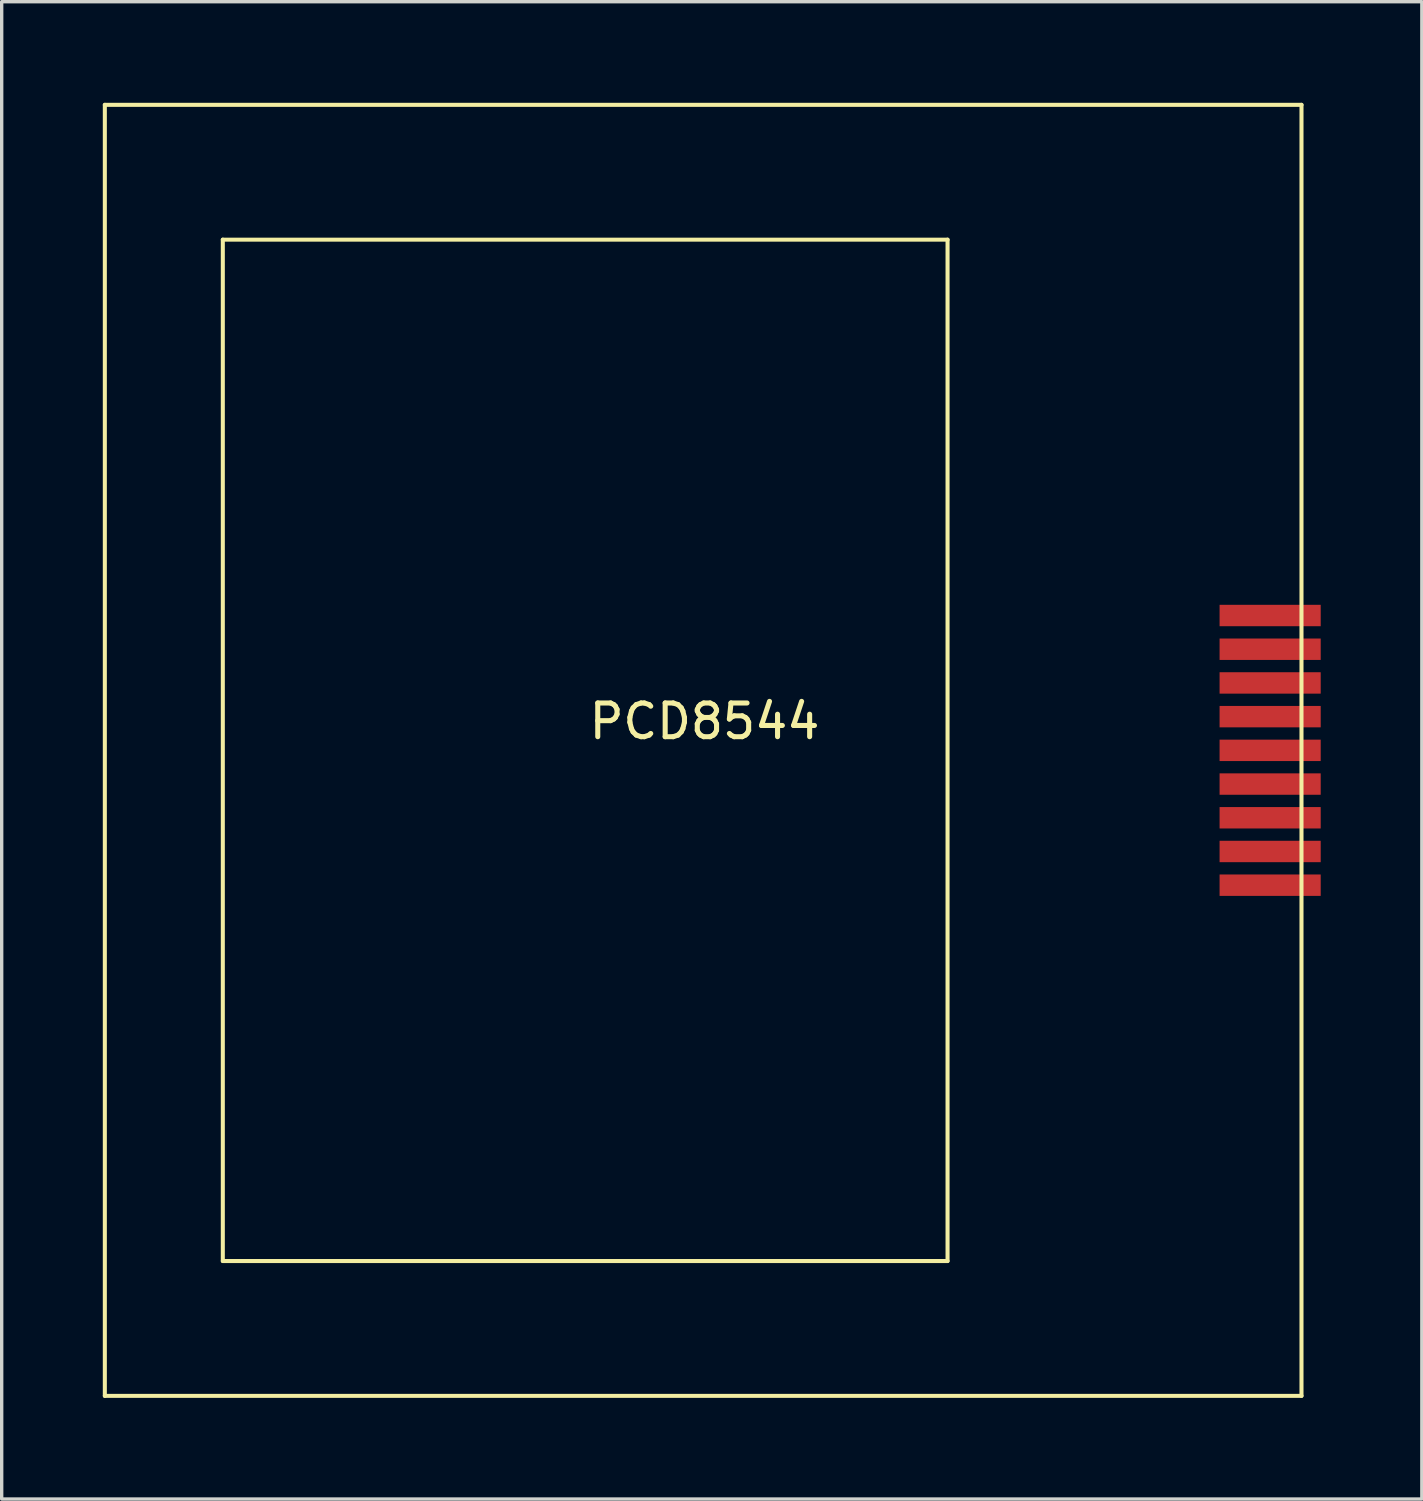
<source format=kicad_pcb>
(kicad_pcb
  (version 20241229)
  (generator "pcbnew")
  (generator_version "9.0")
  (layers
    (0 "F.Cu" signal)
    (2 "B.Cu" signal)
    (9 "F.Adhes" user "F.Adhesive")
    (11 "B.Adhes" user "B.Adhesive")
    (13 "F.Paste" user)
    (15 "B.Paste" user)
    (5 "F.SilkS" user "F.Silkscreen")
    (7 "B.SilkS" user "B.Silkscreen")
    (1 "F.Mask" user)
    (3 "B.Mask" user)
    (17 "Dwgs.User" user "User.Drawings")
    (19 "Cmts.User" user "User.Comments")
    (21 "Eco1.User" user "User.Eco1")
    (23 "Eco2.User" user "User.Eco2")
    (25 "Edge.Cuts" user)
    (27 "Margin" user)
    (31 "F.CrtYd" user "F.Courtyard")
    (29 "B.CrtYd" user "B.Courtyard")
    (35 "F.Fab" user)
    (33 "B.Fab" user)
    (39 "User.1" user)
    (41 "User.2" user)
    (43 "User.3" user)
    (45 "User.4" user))
  (footprint "PCD8544"
    (layer "F.Cu")
    (at 14.31 19.21)
    (property "Reference" "PCD8544" (at 3.54 -0.86 0) (layer "F.SilkS") (effects (font (size 1 1) (thickness 0.15))))
    (attr through_hole)
    (fp_line (start -14.25 -19.15) (end -14.25 19.15) (stroke (width 0.12) (type solid)) (layer "F.SilkS"))
    (fp_line (start -14.25 19.15) (end 21.25 19.15) (stroke (width 0.12) (type solid)) (layer "F.SilkS"))
    (fp_line (start -10.75 -15.15) (end -10.75 15.15) (stroke (width 0.12) (type solid)) (layer "F.SilkS"))
    (fp_line (start -10.75 -15.15) (end 10.75 -15.15) (stroke (width 0.12) (type solid)) (layer "F.SilkS"))
    (fp_line (start -10.75 15.15) (end 10.75 15.15) (stroke (width 0.12) (type solid)) (layer "F.SilkS"))
    (fp_line (start 10.75 15.15) (end 10.75 -15.15) (stroke (width 0.12) (type solid)) (layer "F.SilkS"))
    (fp_line (start 21.25 -19.15) (end -14.25 -19.15) (stroke (width 0.12) (type solid)) (layer "F.SilkS"))
    (fp_line (start 21.25 -19.15) (end 21.25 19.15) (stroke (width 0.12) (type solid)) (layer "F.SilkS"))
    (pad "1" smd rect (at 20.32 -4 90) (size 0.635 3) (layers "F.Cu" "F.Mask"))
    (pad "2" smd rect (at 20.32 -3 90) (size 0.635 3) (layers "F.Cu" "F.Mask"))
    (pad "3" smd rect (at 20.32 -2 90) (size 0.635 3) (layers "F.Cu" "F.Mask"))
    (pad "4" smd rect (at 20.32 -1 90) (size 0.635 3) (layers "F.Cu" "F.Mask"))
    (pad "5" smd rect (at 20.32 0 90) (size 0.635 3) (layers "F.Cu" "F.Mask"))
    (pad "6" smd rect (at 20.32 1 90) (size 0.635 3) (layers "F.Cu" "F.Mask"))
    (pad "7" smd rect (at 20.32 2 90) (size 0.635 3) (layers "F.Cu" "F.Mask"))
    (pad "8" smd rect (at 20.32 3 90) (size 0.635 3) (layers "F.Cu" "F.Mask"))
    (pad "9" smd rect (at 20.32 4 90) (size 0.635 3) (layers "F.Cu" "F.Mask")))
  (gr_rect
    (start -3 -3)
    (end 39.13 41.42)
    (stroke (width 0.1) (type default))
    (fill no)
    (layer "Edge.Cuts")))
</source>
